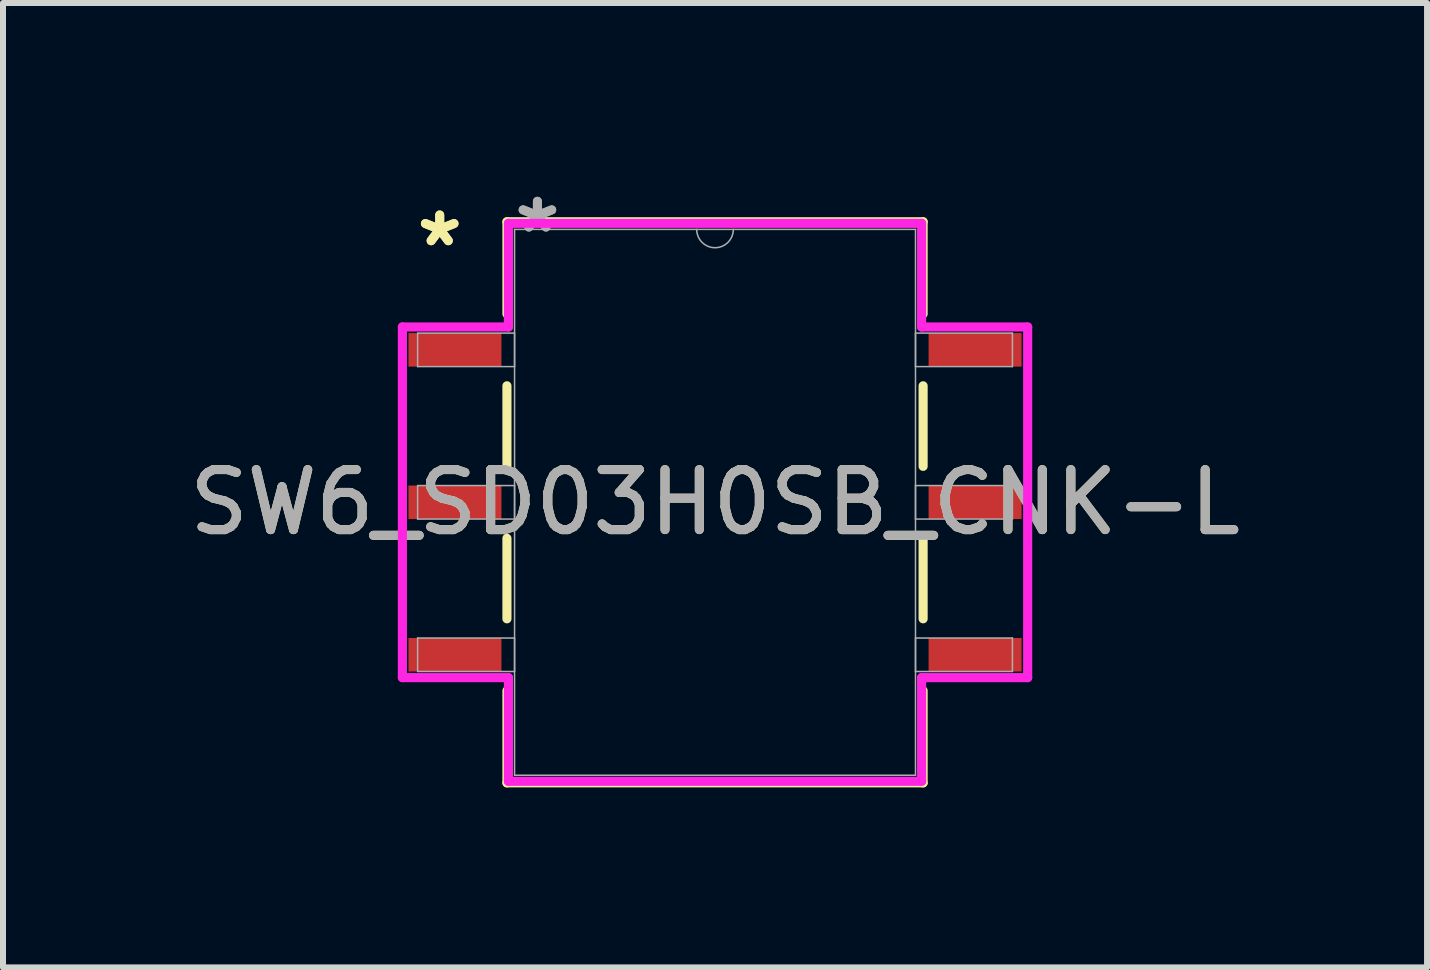
<source format=kicad_pcb>
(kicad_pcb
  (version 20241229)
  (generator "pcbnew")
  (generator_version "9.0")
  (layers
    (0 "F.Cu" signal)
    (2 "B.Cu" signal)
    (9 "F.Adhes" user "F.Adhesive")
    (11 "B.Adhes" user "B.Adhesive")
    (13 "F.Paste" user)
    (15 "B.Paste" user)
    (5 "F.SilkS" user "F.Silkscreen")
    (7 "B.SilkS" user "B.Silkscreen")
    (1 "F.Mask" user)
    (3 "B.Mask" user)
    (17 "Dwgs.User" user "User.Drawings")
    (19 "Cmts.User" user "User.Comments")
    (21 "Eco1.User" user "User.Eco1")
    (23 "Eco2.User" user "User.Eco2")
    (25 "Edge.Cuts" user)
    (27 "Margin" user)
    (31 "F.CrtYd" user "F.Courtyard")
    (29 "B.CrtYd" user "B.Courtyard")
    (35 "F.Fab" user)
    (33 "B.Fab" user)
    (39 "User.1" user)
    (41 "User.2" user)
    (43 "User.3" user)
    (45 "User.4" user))
  (footprint "SW6_SD03H0SB_CNK-L"
    (layer "F.Cu")
    (at 8.863 5.319)
    (property "Reference" "SW6_SD03H0SB_CNK-L" (at 0 0 0) (unlocked yes) (layer "F.SilkS") (effects (font (size 1 1) (thickness 0.15))))
    (attr smd)
    (fp_line (start -3.467 -4.674) (end -3.467 -3.139) (stroke (width 0.152) (type solid)) (layer "F.SilkS"))
    (fp_line (start -3.467 -1.941) (end -3.467 -0.599) (stroke (width 0.152) (type solid)) (layer "F.SilkS"))
    (fp_line (start -3.467 0.599) (end -3.467 1.941) (stroke (width 0.152) (type solid)) (layer "F.SilkS"))
    (fp_line (start -3.467 3.139) (end -3.467 4.674) (stroke (width 0.152) (type solid)) (layer "F.SilkS"))
    (fp_line (start -3.467 4.674) (end 3.467 4.674) (stroke (width 0.152) (type solid)) (layer "F.SilkS"))
    (fp_line (start 3.467 -4.674) (end -3.467 -4.674) (stroke (width 0.152) (type solid)) (layer "F.SilkS"))
    (fp_line (start 3.467 -3.139) (end 3.467 -4.674) (stroke (width 0.152) (type solid)) (layer "F.SilkS"))
    (fp_line (start 3.467 -0.599) (end 3.467 -1.941) (stroke (width 0.152) (type solid)) (layer "F.SilkS"))
    (fp_line (start 3.467 1.941) (end 3.467 0.599) (stroke (width 0.152) (type solid)) (layer "F.SilkS"))
    (fp_line (start 3.467 4.674) (end 3.467 3.139) (stroke (width 0.152) (type solid)) (layer "F.SilkS"))
    (fp_line (start -5.209 -2.921) (end -3.442 -2.921) (stroke (width 0.152) (type solid)) (layer "F.CrtYd"))
    (fp_line (start -5.209 2.921) (end -5.209 -2.921) (stroke (width 0.152) (type solid)) (layer "F.CrtYd"))
    (fp_line (start -5.209 2.921) (end -3.442 2.921) (stroke (width 0.152) (type solid)) (layer "F.CrtYd"))
    (fp_line (start -3.442 -4.648) (end 3.442 -4.648) (stroke (width 0.152) (type solid)) (layer "F.CrtYd"))
    (fp_line (start -3.442 -2.921) (end -3.442 -4.648) (stroke (width 0.152) (type solid)) (layer "F.CrtYd"))
    (fp_line (start -3.442 4.648) (end -3.442 2.921) (stroke (width 0.152) (type solid)) (layer "F.CrtYd"))
    (fp_line (start 3.442 -4.648) (end 3.442 -2.921) (stroke (width 0.152) (type solid)) (layer "F.CrtYd"))
    (fp_line (start 3.442 2.921) (end 3.442 4.648) (stroke (width 0.152) (type solid)) (layer "F.CrtYd"))
    (fp_line (start 3.442 4.648) (end -3.442 4.648) (stroke (width 0.152) (type solid)) (layer "F.CrtYd"))
    (fp_line (start 5.209 -2.921) (end 3.442 -2.921) (stroke (width 0.152) (type solid)) (layer "F.CrtYd"))
    (fp_line (start 5.209 -2.921) (end 5.209 2.921) (stroke (width 0.152) (type solid)) (layer "F.CrtYd"))
    (fp_line (start 5.209 2.921) (end 3.442 2.921) (stroke (width 0.152) (type solid)) (layer "F.CrtYd"))
    (fp_line (start -4.955 -2.819) (end -4.955 -2.261) (stroke (width 0.025) (type solid)) (layer "F.Fab"))
    (fp_line (start -4.955 -2.261) (end -3.34 -2.261) (stroke (width 0.025) (type solid)) (layer "F.Fab"))
    (fp_line (start -4.955 -0.279) (end -4.955 0.279) (stroke (width 0.025) (type solid)) (layer "F.Fab"))
    (fp_line (start -4.955 0.279) (end -3.34 0.279) (stroke (width 0.025) (type solid)) (layer "F.Fab"))
    (fp_line (start -4.955 2.261) (end -4.955 2.819) (stroke (width 0.025) (type solid)) (layer "F.Fab"))
    (fp_line (start -4.955 2.819) (end -3.34 2.819) (stroke (width 0.025) (type solid)) (layer "F.Fab"))
    (fp_line (start -3.34 -4.547) (end -3.34 4.547) (stroke (width 0.025) (type solid)) (layer "F.Fab"))
    (fp_line (start -3.34 -2.819) (end -4.955 -2.819) (stroke (width 0.025) (type solid)) (layer "F.Fab"))
    (fp_line (start -3.34 -2.261) (end -3.34 -2.819) (stroke (width 0.025) (type solid)) (layer "F.Fab"))
    (fp_line (start -3.34 -0.279) (end -4.955 -0.279) (stroke (width 0.025) (type solid)) (layer "F.Fab"))
    (fp_line (start -3.34 0.279) (end -3.34 -0.279) (stroke (width 0.025) (type solid)) (layer "F.Fab"))
    (fp_line (start -3.34 2.261) (end -4.955 2.261) (stroke (width 0.025) (type solid)) (layer "F.Fab"))
    (fp_line (start -3.34 2.819) (end -3.34 2.261) (stroke (width 0.025) (type solid)) (layer "F.Fab"))
    (fp_line (start -3.34 4.547) (end 3.34 4.547) (stroke (width 0.025) (type solid)) (layer "F.Fab"))
    (fp_line (start 3.34 -4.547) (end -3.34 -4.547) (stroke (width 0.025) (type solid)) (layer "F.Fab"))
    (fp_line (start 3.34 -2.819) (end 3.34 -2.261) (stroke (width 0.025) (type solid)) (layer "F.Fab"))
    (fp_line (start 3.34 -2.261) (end 4.955 -2.261) (stroke (width 0.025) (type solid)) (layer "F.Fab"))
    (fp_line (start 3.34 -0.279) (end 3.34 0.279) (stroke (width 0.025) (type solid)) (layer "F.Fab"))
    (fp_line (start 3.34 0.279) (end 4.955 0.279) (stroke (width 0.025) (type solid)) (layer "F.Fab"))
    (fp_line (start 3.34 2.261) (end 3.34 2.819) (stroke (width 0.025) (type solid)) (layer "F.Fab"))
    (fp_line (start 3.34 2.819) (end 4.955 2.819) (stroke (width 0.025) (type solid)) (layer "F.Fab"))
    (fp_line (start 3.34 4.547) (end 3.34 -4.547) (stroke (width 0.025) (type solid)) (layer "F.Fab"))
    (fp_line (start 4.955 -2.819) (end 3.34 -2.819) (stroke (width 0.025) (type solid)) (layer "F.Fab"))
    (fp_line (start 4.955 -2.261) (end 4.955 -2.819) (stroke (width 0.025) (type solid)) (layer "F.Fab"))
    (fp_line (start 4.955 -0.279) (end 3.34 -0.279) (stroke (width 0.025) (type solid)) (layer "F.Fab"))
    (fp_line (start 4.955 0.279) (end 4.955 -0.279) (stroke (width 0.025) (type solid)) (layer "F.Fab"))
    (fp_line (start 4.955 2.261) (end 3.34 2.261) (stroke (width 0.025) (type solid)) (layer "F.Fab"))
    (fp_line (start 4.955 2.819) (end 4.955 2.261) (stroke (width 0.025) (type solid)) (layer "F.Fab"))
    (fp_arc (start 0.3048 -4.5466) (mid 0 -4.2418) (end -0.3048 -4.5466) (stroke (width 0.0254) (type solid)) (layer "F.Fab"))
    (fp_text user "*" (at -4.587 -4.242 0) (layer "F.SilkS") (effects (font (size 1 1) (thickness 0.15))))
    (fp_text user "*" (at -4.587 -4.242 0) (unlocked yes) (layer "F.SilkS") (effects (font (size 1 1) (thickness 0.15))))
    (fp_text user "*" (at -2.959 -4.47 0) (unlocked yes) (layer "F.Fab") (effects (font (size 1 1) (thickness 0.15))))
    (fp_text user "${REFERENCE}" (at 0 0 0) (unlocked yes) (layer "F.Fab") (effects (font (size 1 1) (thickness 0.15))))
    (fp_text user "*" (at -2.959 -4.47 0) (layer "F.Fab") (effects (font (size 1 1) (thickness 0.15))))
    (pad "1" smd rect (at -4.333 -2.54) (size 1.549 0.559) (layers "F.Cu" "F.Mask" "F.Paste"))
    (pad "2" smd rect (at -4.333 0) (size 1.549 0.559) (layers "F.Cu" "F.Mask" "F.Paste"))
    (pad "3" smd rect (at -4.333 2.54) (size 1.549 0.559) (layers "F.Cu" "F.Mask" "F.Paste"))
    (pad "4" smd rect (at 4.333 2.54) (size 1.549 0.559) (layers "F.Cu" "F.Mask" "F.Paste"))
    (pad "5" smd rect (at 4.333 0) (size 1.549 0.559) (layers "F.Cu" "F.Mask" "F.Paste"))
    (pad "6" smd rect (at 4.333 -2.54) (size 1.549 0.559) (layers "F.Cu" "F.Mask" "F.Paste")))
  (gr_rect
    (start -3 -3)
    (end 20.726 13.068)
    (stroke (width 0.1) (type default))
    (fill no)
    (layer "Edge.Cuts")))
</source>
